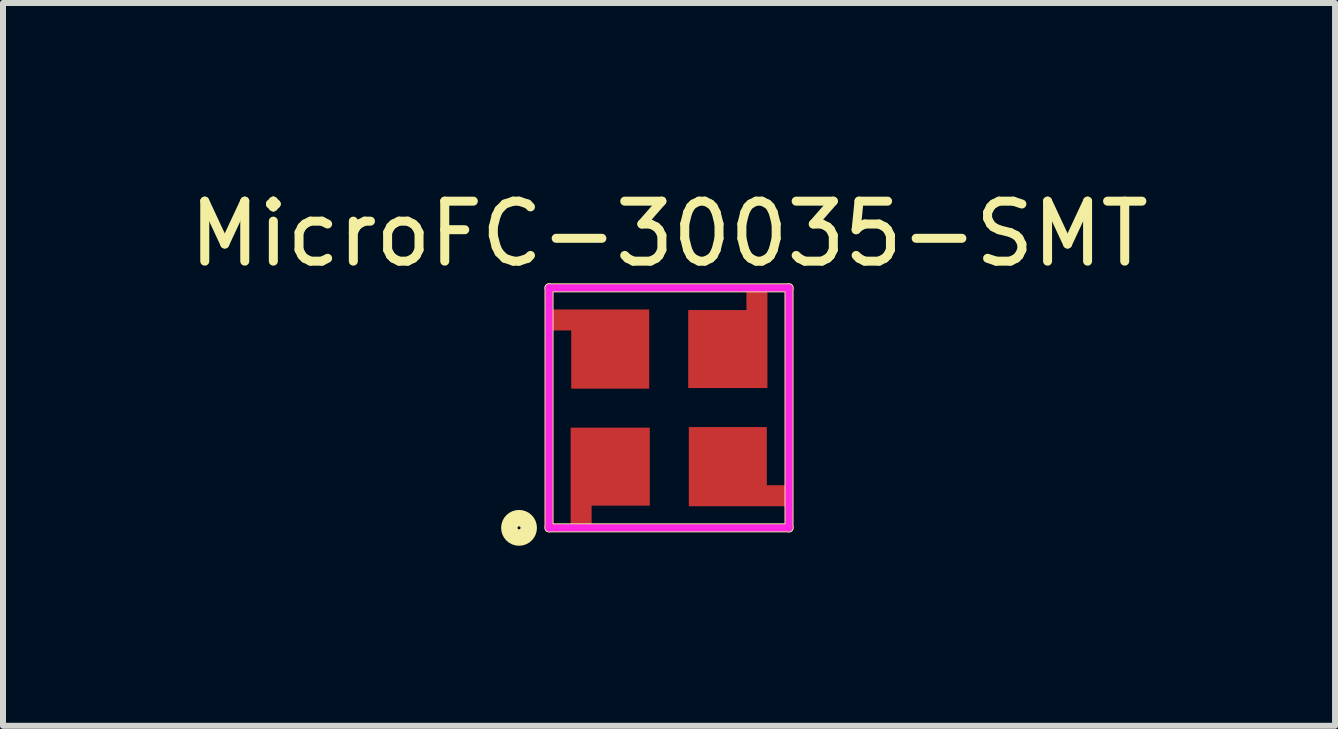
<source format=kicad_pcb>
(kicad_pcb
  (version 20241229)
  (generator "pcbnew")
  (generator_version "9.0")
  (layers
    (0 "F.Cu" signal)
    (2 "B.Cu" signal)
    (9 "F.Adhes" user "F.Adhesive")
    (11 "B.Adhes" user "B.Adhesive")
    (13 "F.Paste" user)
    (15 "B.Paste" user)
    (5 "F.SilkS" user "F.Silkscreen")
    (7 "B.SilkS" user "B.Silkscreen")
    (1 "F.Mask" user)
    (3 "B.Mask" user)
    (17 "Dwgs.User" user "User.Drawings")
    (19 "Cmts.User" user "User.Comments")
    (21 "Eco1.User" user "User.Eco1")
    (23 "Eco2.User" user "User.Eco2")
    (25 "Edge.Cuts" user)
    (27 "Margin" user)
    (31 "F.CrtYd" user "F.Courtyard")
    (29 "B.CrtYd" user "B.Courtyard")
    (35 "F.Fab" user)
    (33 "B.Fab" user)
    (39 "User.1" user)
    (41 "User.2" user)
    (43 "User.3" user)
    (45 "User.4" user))
  (footprint "MicroFC-30035-SMT"
    (layer "F.Cu")
    (at 8.101 3.748)
    (property "Reference" "MicroFC-30035-SMT" (at 0 -2.9 0) (layer "F.SilkS") (effects (font (size 1 1) (thickness 0.15))))
    (attr through_hole)
    (fp_line (start -2 -2) (end 2 -2) (stroke (width 0.15) (type solid)) (layer "F.SilkS"))
    (fp_line (start -2 2) (end -2 -2) (stroke (width 0.15) (type solid)) (layer "F.SilkS"))
    (fp_line (start 2 -2) (end 2 2) (stroke (width 0.15) (type solid)) (layer "F.SilkS"))
    (fp_line (start 2 2) (end -2 2) (stroke (width 0.15) (type solid)) (layer "F.SilkS"))
    (fp_circle (center -2.5 2) (end -2.5 2.1) (stroke (width 0.15) (type solid)) (fill no) (layer "F.SilkS"))
    (fp_circle (center -2.5 2) (end -2.4 2.2) (stroke (width 0.15) (type solid)) (fill no) (layer "F.SilkS"))
    (fp_line (start -2 -2) (end 2 -2) (stroke (width 0.12) (type solid)) (layer "F.CrtYd"))
    (fp_line (start -2 2) (end -2 -2) (stroke (width 0.12) (type solid)) (layer "F.CrtYd"))
    (fp_line (start 2 -2) (end 2 2) (stroke (width 0.12) (type solid)) (layer "F.CrtYd"))
    (fp_line (start 2 2) (end -2 2) (stroke (width 0.12) (type solid)) (layer "F.CrtYd"))
    (pad "1" smd custom (at -0.98 0.98 180) (size 0.5 0.5) (layers "F.Cu" "F.Mask" "F.Paste") (options (anchor rect)) (primitives (gr_poly (pts (xy -0.66 0.65) (xy 0.66 0.65) (xy 0.66 -1.07) (xy 0.31 -1.07) (xy 0.31 -0.65) (xy -0.66 -0.65)) (width 0) (fill yes))))
    (pad "2" smd custom (at 0.98 0.98 270) (size 0.5 0.5) (layers "F.Cu" "F.Mask" "F.Paste") (options (anchor rect)) (primitives (gr_poly (pts (xy -0.66 0.65) (xy 0.66 0.65) (xy 0.66 -1.07) (xy 0.31 -1.07) (xy 0.31 -0.65) (xy -0.66 -0.65)) (width 0) (fill yes))))
    (pad "3" smd custom (at 0.98 -0.98) (size 0.5 0.5) (layers "F.Cu" "F.Mask" "F.Paste") (options (anchor rect)) (primitives (gr_poly (pts (xy -0.66 0.65) (xy 0.66 0.65) (xy 0.66 -1.07) (xy 0.31 -1.07) (xy 0.31 -0.65) (xy -0.66 -0.65)) (width 0) (fill yes))))
    (pad "4" smd custom (at -0.98 -0.98 90) (size 0.5 0.5) (layers "F.Cu" "F.Mask" "F.Paste") (options (anchor rect)) (primitives (gr_poly (pts (xy -0.66 0.65) (xy 0.66 0.65) (xy 0.66 -1.07) (xy 0.31 -1.07) (xy 0.31 -0.65) (xy -0.66 -0.65)) (width 0) (fill yes)))))
  (gr_rect
    (start -3 -3)
    (end 19.202 9.047)
    (stroke (width 0.1) (type default))
    (fill no)
    (layer "Edge.Cuts")))
</source>
